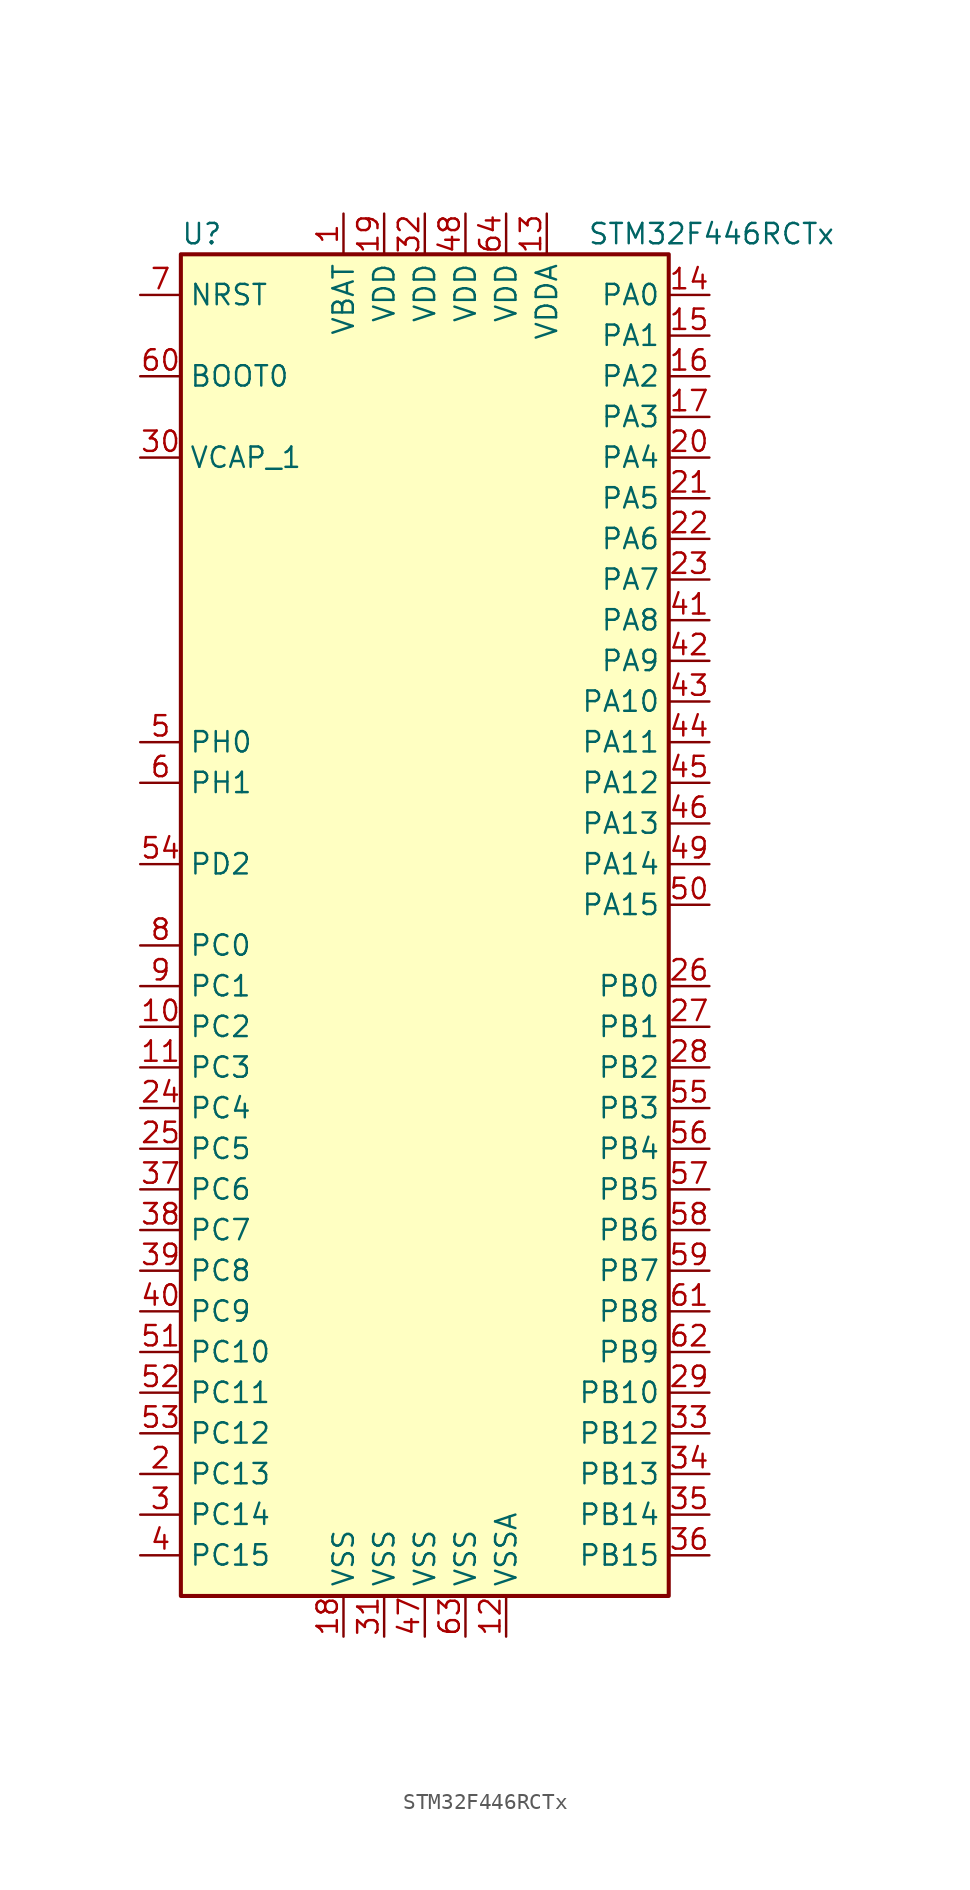
<source format=kicad_sym>
(kicad_symbol_lib
  (version 20220914)
  (generator kicad_symbol_editor)
  (symbol "STM32F446RCTx"
    (property "Reference" "U"
      (at -15.24 41.91 0)
      (effects (font (size 1.27 1.27)) (justify left)))
    (property "Value" "STM32F446RCTx"
      (at 10.16 41.91 0)
      (effects (font (size 1.27 1.27)) (justify left)))
    (symbol "STM32F446RCTx_0_1"
      (rectangle (start -15.24 -43.18) (end 15.24 40.64) (stroke (width 0.254) (type default)) (fill (type background))))
    (symbol "STM32F446RCTx_1_1"
      (pin power_in line (at -5.08 43.18 270) (length 2.54) (name "VBAT" (effects (font (size 1.27 1.27)))) (number "1" (effects (font (size 1.27 1.27)))))
      (pin bidirectional line (at -17.78 -7.62 0) (length 2.54) (name "PC2" (effects (font (size 1.27 1.27)))) (number "10" (effects (font (size 1.27 1.27)))))
      (pin bidirectional line (at -17.78 -10.16 0) (length 2.54) (name "PC3" (effects (font (size 1.27 1.27)))) (number "11" (effects (font (size 1.27 1.27)))))
      (pin power_in line (at 5.08 -45.72 90) (length 2.54) (name "VSSA" (effects (font (size 1.27 1.27)))) (number "12" (effects (font (size 1.27 1.27)))))
      (pin power_in line (at 7.62 43.18 270) (length 2.54) (name "VDDA" (effects (font (size 1.27 1.27)))) (number "13" (effects (font (size 1.27 1.27)))))
      (pin bidirectional line (at 17.78 38.1 180) (length 2.54) (name "PA0" (effects (font (size 1.27 1.27)))) (number "14" (effects (font (size 1.27 1.27)))))
      (pin bidirectional line (at 17.78 35.56 180) (length 2.54) (name "PA1" (effects (font (size 1.27 1.27)))) (number "15" (effects (font (size 1.27 1.27)))))
      (pin bidirectional line (at 17.78 33.02 180) (length 2.54) (name "PA2" (effects (font (size 1.27 1.27)))) (number "16" (effects (font (size 1.27 1.27)))))
      (pin bidirectional line (at 17.78 30.48 180) (length 2.54) (name "PA3" (effects (font (size 1.27 1.27)))) (number "17" (effects (font (size 1.27 1.27)))))
      (pin power_in line (at -5.08 -45.72 90) (length 2.54) (name "VSS" (effects (font (size 1.27 1.27)))) (number "18" (effects (font (size 1.27 1.27)))))
      (pin power_in line (at -2.54 43.18 270) (length 2.54) (name "VDD" (effects (font (size 1.27 1.27)))) (number "19" (effects (font (size 1.27 1.27)))))
      (pin bidirectional line (at -17.78 -35.56 0) (length 2.54) (name "PC13" (effects (font (size 1.27 1.27)))) (number "2" (effects (font (size 1.27 1.27)))))
      (pin bidirectional line (at 17.78 27.94 180) (length 2.54) (name "PA4" (effects (font (size 1.27 1.27)))) (number "20" (effects (font (size 1.27 1.27)))))
      (pin bidirectional line (at 17.78 25.4 180) (length 2.54) (name "PA5" (effects (font (size 1.27 1.27)))) (number "21" (effects (font (size 1.27 1.27)))))
      (pin bidirectional line (at 17.78 22.86 180) (length 2.54) (name "PA6" (effects (font (size 1.27 1.27)))) (number "22" (effects (font (size 1.27 1.27)))))
      (pin bidirectional line (at 17.78 20.32 180) (length 2.54) (name "PA7" (effects (font (size 1.27 1.27)))) (number "23" (effects (font (size 1.27 1.27)))))
      (pin bidirectional line (at -17.78 -12.7 0) (length 2.54) (name "PC4" (effects (font (size 1.27 1.27)))) (number "24" (effects (font (size 1.27 1.27)))))
      (pin bidirectional line (at -17.78 -15.24 0) (length 2.54) (name "PC5" (effects (font (size 1.27 1.27)))) (number "25" (effects (font (size 1.27 1.27)))))
      (pin bidirectional line (at 17.78 -5.08 180) (length 2.54) (name "PB0" (effects (font (size 1.27 1.27)))) (number "26" (effects (font (size 1.27 1.27)))))
      (pin bidirectional line (at 17.78 -7.62 180) (length 2.54) (name "PB1" (effects (font (size 1.27 1.27)))) (number "27" (effects (font (size 1.27 1.27)))))
      (pin bidirectional line (at 17.78 -10.16 180) (length 2.54) (name "PB2" (effects (font (size 1.27 1.27)))) (number "28" (effects (font (size 1.27 1.27)))))
      (pin bidirectional line (at 17.78 -30.48 180) (length 2.54) (name "PB10" (effects (font (size 1.27 1.27)))) (number "29" (effects (font (size 1.27 1.27)))))
      (pin bidirectional line (at -17.78 -38.1 0) (length 2.54) (name "PC14" (effects (font (size 1.27 1.27)))) (number "3" (effects (font (size 1.27 1.27)))))
      (pin power_in line (at -17.78 27.94 0) (length 2.54) (name "VCAP_1" (effects (font (size 1.27 1.27)))) (number "30" (effects (font (size 1.27 1.27)))))
      (pin power_in line (at -2.54 -45.72 90) (length 2.54) (name "VSS" (effects (font (size 1.27 1.27)))) (number "31" (effects (font (size 1.27 1.27)))))
      (pin power_in line (at 0 43.18 270) (length 2.54) (name "VDD" (effects (font (size 1.27 1.27)))) (number "32" (effects (font (size 1.27 1.27)))))
      (pin bidirectional line (at 17.78 -33.02 180) (length 2.54) (name "PB12" (effects (font (size 1.27 1.27)))) (number "33" (effects (font (size 1.27 1.27)))))
      (pin bidirectional line (at 17.78 -35.56 180) (length 2.54) (name "PB13" (effects (font (size 1.27 1.27)))) (number "34" (effects (font (size 1.27 1.27)))))
      (pin bidirectional line (at 17.78 -38.1 180) (length 2.54) (name "PB14" (effects (font (size 1.27 1.27)))) (number "35" (effects (font (size 1.27 1.27)))))
      (pin bidirectional line (at 17.78 -40.64 180) (length 2.54) (name "PB15" (effects (font (size 1.27 1.27)))) (number "36" (effects (font (size 1.27 1.27)))))
      (pin bidirectional line (at -17.78 -17.78 0) (length 2.54) (name "PC6" (effects (font (size 1.27 1.27)))) (number "37" (effects (font (size 1.27 1.27)))))
      (pin bidirectional line (at -17.78 -20.32 0) (length 2.54) (name "PC7" (effects (font (size 1.27 1.27)))) (number "38" (effects (font (size 1.27 1.27)))))
      (pin bidirectional line (at -17.78 -22.86 0) (length 2.54) (name "PC8" (effects (font (size 1.27 1.27)))) (number "39" (effects (font (size 1.27 1.27)))))
      (pin bidirectional line (at -17.78 -40.64 0) (length 2.54) (name "PC15" (effects (font (size 1.27 1.27)))) (number "4" (effects (font (size 1.27 1.27)))))
      (pin bidirectional line (at -17.78 -25.4 0) (length 2.54) (name "PC9" (effects (font (size 1.27 1.27)))) (number "40" (effects (font (size 1.27 1.27)))))
      (pin bidirectional line (at 17.78 17.78 180) (length 2.54) (name "PA8" (effects (font (size 1.27 1.27)))) (number "41" (effects (font (size 1.27 1.27)))))
      (pin bidirectional line (at 17.78 15.24 180) (length 2.54) (name "PA9" (effects (font (size 1.27 1.27)))) (number "42" (effects (font (size 1.27 1.27)))))
      (pin bidirectional line (at 17.78 12.7 180) (length 2.54) (name "PA10" (effects (font (size 1.27 1.27)))) (number "43" (effects (font (size 1.27 1.27)))))
      (pin bidirectional line (at 17.78 10.16 180) (length 2.54) (name "PA11" (effects (font (size 1.27 1.27)))) (number "44" (effects (font (size 1.27 1.27)))))
      (pin bidirectional line (at 17.78 7.62 180) (length 2.54) (name "PA12" (effects (font (size 1.27 1.27)))) (number "45" (effects (font (size 1.27 1.27)))))
      (pin bidirectional line (at 17.78 5.08 180) (length 2.54) (name "PA13" (effects (font (size 1.27 1.27)))) (number "46" (effects (font (size 1.27 1.27)))))
      (pin power_in line (at 0 -45.72 90) (length 2.54) (name "VSS" (effects (font (size 1.27 1.27)))) (number "47" (effects (font (size 1.27 1.27)))))
      (pin power_in line (at 2.54 43.18 270) (length 2.54) (name "VDD" (effects (font (size 1.27 1.27)))) (number "48" (effects (font (size 1.27 1.27)))))
      (pin bidirectional line (at 17.78 2.54 180) (length 2.54) (name "PA14" (effects (font (size 1.27 1.27)))) (number "49" (effects (font (size 1.27 1.27)))))
      (pin input line (at -17.78 10.16 0) (length 2.54) (name "PH0" (effects (font (size 1.27 1.27)))) (number "5" (effects (font (size 1.27 1.27)))))
      (pin bidirectional line (at 17.78 0 180) (length 2.54) (name "PA15" (effects (font (size 1.27 1.27)))) (number "50" (effects (font (size 1.27 1.27)))))
      (pin bidirectional line (at -17.78 -27.94 0) (length 2.54) (name "PC10" (effects (font (size 1.27 1.27)))) (number "51" (effects (font (size 1.27 1.27)))))
      (pin bidirectional line (at -17.78 -30.48 0) (length 2.54) (name "PC11" (effects (font (size 1.27 1.27)))) (number "52" (effects (font (size 1.27 1.27)))))
      (pin bidirectional line (at -17.78 -33.02 0) (length 2.54) (name "PC12" (effects (font (size 1.27 1.27)))) (number "53" (effects (font (size 1.27 1.27)))))
      (pin bidirectional line (at -17.78 2.54 0) (length 2.54) (name "PD2" (effects (font (size 1.27 1.27)))) (number "54" (effects (font (size 1.27 1.27)))))
      (pin bidirectional line (at 17.78 -12.7 180) (length 2.54) (name "PB3" (effects (font (size 1.27 1.27)))) (number "55" (effects (font (size 1.27 1.27)))))
      (pin bidirectional line (at 17.78 -15.24 180) (length 2.54) (name "PB4" (effects (font (size 1.27 1.27)))) (number "56" (effects (font (size 1.27 1.27)))))
      (pin bidirectional line (at 17.78 -17.78 180) (length 2.54) (name "PB5" (effects (font (size 1.27 1.27)))) (number "57" (effects (font (size 1.27 1.27)))))
      (pin bidirectional line (at 17.78 -20.32 180) (length 2.54) (name "PB6" (effects (font (size 1.27 1.27)))) (number "58" (effects (font (size 1.27 1.27)))))
      (pin bidirectional line (at 17.78 -22.86 180) (length 2.54) (name "PB7" (effects (font (size 1.27 1.27)))) (number "59" (effects (font (size 1.27 1.27)))))
      (pin input line (at -17.78 7.62 0) (length 2.54) (name "PH1" (effects (font (size 1.27 1.27)))) (number "6" (effects (font (size 1.27 1.27)))))
      (pin input line (at -17.78 33.02 0) (length 2.54) (name "BOOT0" (effects (font (size 1.27 1.27)))) (number "60" (effects (font (size 1.27 1.27)))))
      (pin bidirectional line (at 17.78 -25.4 180) (length 2.54) (name "PB8" (effects (font (size 1.27 1.27)))) (number "61" (effects (font (size 1.27 1.27)))))
      (pin bidirectional line (at 17.78 -27.94 180) (length 2.54) (name "PB9" (effects (font (size 1.27 1.27)))) (number "62" (effects (font (size 1.27 1.27)))))
      (pin power_in line (at 2.54 -45.72 90) (length 2.54) (name "VSS" (effects (font (size 1.27 1.27)))) (number "63" (effects (font (size 1.27 1.27)))))
      (pin power_in line (at 5.08 43.18 270) (length 2.54) (name "VDD" (effects (font (size 1.27 1.27)))) (number "64" (effects (font (size 1.27 1.27)))))
      (pin input line (at -17.78 38.1 0) (length 2.54) (name "NRST" (effects (font (size 1.27 1.27)))) (number "7" (effects (font (size 1.27 1.27)))))
      (pin bidirectional line (at -17.78 -2.54 0) (length 2.54) (name "PC0" (effects (font (size 1.27 1.27)))) (number "8" (effects (font (size 1.27 1.27)))))
      (pin bidirectional line (at -17.78 -5.08 0) (length 2.54) (name "PC1" (effects (font (size 1.27 1.27)))) (number "9" (effects (font (size 1.27 1.27))))))))
</source>
